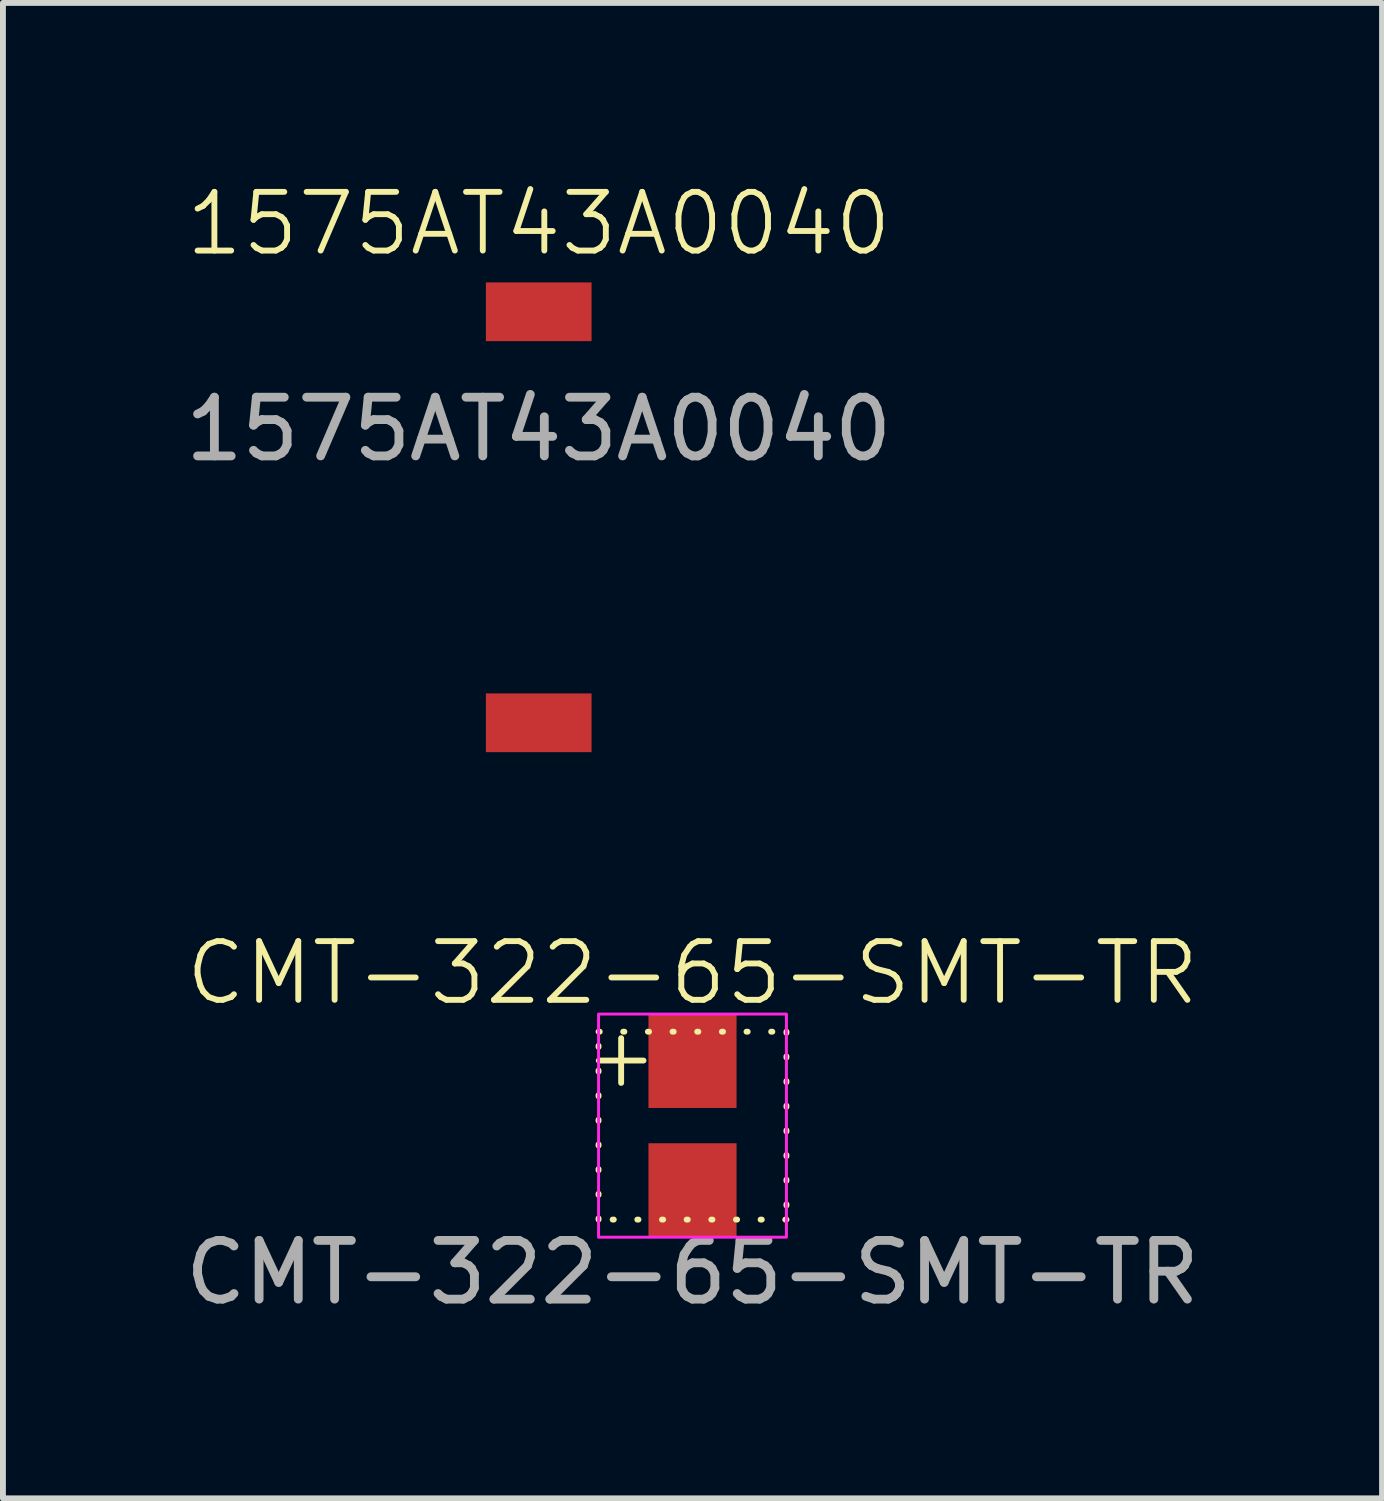
<source format=kicad_pcb>
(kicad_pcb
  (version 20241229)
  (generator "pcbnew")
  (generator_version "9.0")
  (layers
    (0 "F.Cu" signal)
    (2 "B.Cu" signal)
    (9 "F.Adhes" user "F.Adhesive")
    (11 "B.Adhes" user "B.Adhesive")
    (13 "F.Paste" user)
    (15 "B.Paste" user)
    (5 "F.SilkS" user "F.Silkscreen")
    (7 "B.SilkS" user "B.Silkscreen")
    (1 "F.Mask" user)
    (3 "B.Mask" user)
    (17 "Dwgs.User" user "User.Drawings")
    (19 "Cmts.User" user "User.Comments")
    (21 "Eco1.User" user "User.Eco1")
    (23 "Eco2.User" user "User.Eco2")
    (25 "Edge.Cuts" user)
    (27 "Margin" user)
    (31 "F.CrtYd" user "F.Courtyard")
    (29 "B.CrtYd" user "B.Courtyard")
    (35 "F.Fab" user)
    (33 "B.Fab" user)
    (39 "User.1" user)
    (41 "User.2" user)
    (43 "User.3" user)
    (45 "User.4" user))
  (footprint "1575AT43A0040"
    (layer "F.Cu")
    (at 6.125 1.76)
    (property "Reference" "1575AT43A0040" (at 0 -1 0) (unlocked yes) (layer "F.SilkS") (effects (font (size 1 1) (thickness 0.1))))
    (attr smd)
    (fp_text user "${REFERENCE}" (at 0 2.5 0) (unlocked yes) (layer "F.Fab") (effects (font (size 1 1) (thickness 0.15))))
    (pad "1" smd rect (at 0 0.5) (size 1.8 1) (layers "F.Cu" "F.Mask" "F.Paste"))
    (pad "2" smd rect (at 0 7.5) (size 1.8 1) (layers "F.Cu" "F.Mask" "F.Paste")))
  (footprint "CMT-322-65-SMT-TR"
    (layer "F.Cu")
    (at 8.744 16.121)
    (property "Reference" "CMT-322-65-SMT-TR" (at 0 -2.6 0) (unlocked yes) (layer "F.SilkS") (effects (font (size 1 1) (thickness 0.1))))
    (attr smd)
    (fp_rect (start -1.6 -1.6) (end 1.6 1.6) (stroke (width 0.1) (type dot)) (fill no) (layer "F.SilkS"))
    (fp_rect (start -1.6 -1.9) (end 1.6 1.9) (stroke (width 0.05) (type default)) (fill no) (layer "F.CrtYd"))
    (fp_text user "+" (at -1.9 -0.6 0) (unlocked yes) (layer "F.SilkS") (effects (font (size 1 1) (thickness 0.1)) (justify left bottom)))
    (fp_text user "${REFERENCE}" (at 0 2.5 0) (unlocked yes) (layer "F.Fab") (effects (font (size 1 1) (thickness 0.15))))
    (pad "1" smd rect (at 0 -1.1) (size 1.5 1.6) (layers "F.Cu" "F.Mask" "F.Paste"))
    (pad "2" smd rect (at 0 1.1) (size 1.5 1.6) (layers "F.Cu" "F.Mask" "F.Paste")))
  (gr_rect
    (start -3 -3)
    (end 20.488 22.469)
    (stroke (width 0.1) (type default))
    (fill no)
    (layer "Edge.Cuts")))
</source>
